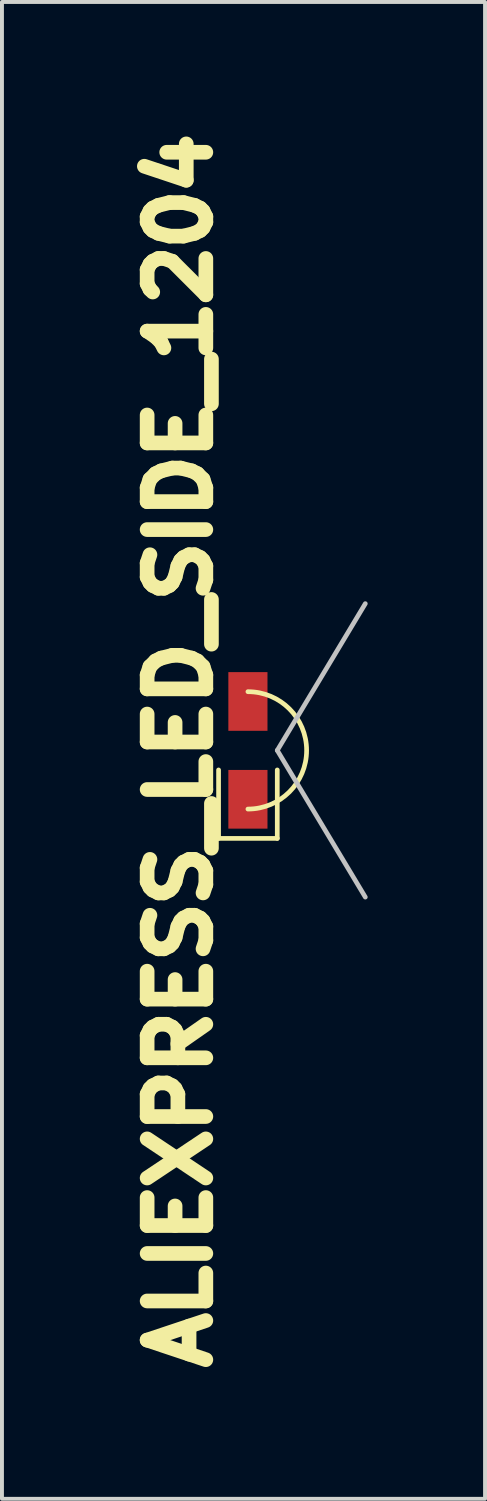
<source format=kicad_pcb>
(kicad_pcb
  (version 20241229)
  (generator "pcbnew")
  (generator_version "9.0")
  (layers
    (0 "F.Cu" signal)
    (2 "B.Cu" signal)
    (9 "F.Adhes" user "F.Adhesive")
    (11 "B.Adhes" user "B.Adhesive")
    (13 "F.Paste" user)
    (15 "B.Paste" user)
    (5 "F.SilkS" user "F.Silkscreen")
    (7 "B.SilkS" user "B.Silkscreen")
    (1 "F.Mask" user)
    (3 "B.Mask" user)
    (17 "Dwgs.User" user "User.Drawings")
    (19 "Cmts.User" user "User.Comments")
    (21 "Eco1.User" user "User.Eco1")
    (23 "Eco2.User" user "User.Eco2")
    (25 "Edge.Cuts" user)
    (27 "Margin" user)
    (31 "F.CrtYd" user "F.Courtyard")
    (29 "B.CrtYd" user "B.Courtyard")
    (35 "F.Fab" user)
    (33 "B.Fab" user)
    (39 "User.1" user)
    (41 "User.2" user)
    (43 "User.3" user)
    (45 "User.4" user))
  (footprint "ALIEXPRESS_LED_SIDE_1204"
    (layer "F.Cu")
    (at 3.286 16.127)
    (property "Reference" "ALIEXPRESS_LED_SIDE_1204" (at -1.75 0 90) (layer "F.SilkS") (effects (font (size 1.5 1.5) (thickness 0.375))))
    (attr through_hole)
    (fp_line (start -0.75 2.25) (end -0.75 0.5) (stroke (width 0.12) (type solid)) (layer "F.SilkS"))
    (fp_line (start -0.75 2.25) (end 0.75 2.25) (stroke (width 0.12) (type solid)) (layer "F.SilkS"))
    (fp_line (start 0.75 0.5) (end 0.75 2.25) (stroke (width 0.12) (type solid)) (layer "F.SilkS"))
    (fp_arc (start 0 -1.5) (mid 1.5 0) (end 0 1.5) (stroke (width 0.12) (type solid)) (layer "F.SilkS"))
    (fp_line (start 3 -3.75) (end 0.75 0) (stroke (width 0.12) (type solid)) (layer "Dwgs.User"))
    (fp_line (start 3 3.75) (end 0.75 0) (stroke (width 0.12) (type solid)) (layer "Dwgs.User"))
    (fp_line (start -1 -2.25) (end -1 2.25) (stroke (width 0.12) (type solid)) (layer "Eco1.User"))
    (fp_line (start -1 2.25) (end 0 2.25) (stroke (width 0.12) (type solid)) (layer "Eco1.User"))
    (fp_line (start 0 -2.25) (end -1 -2.25) (stroke (width 0.12) (type solid)) (layer "Eco1.User"))
    (fp_arc (start 0 -2.25) (mid 2.25 0) (end 0 2.25) (stroke (width 0.12) (type solid)) (layer "Eco1.User"))
    (pad "1" smd rect (at 0 1.25) (size 1 1.5) (layers "F.Cu" "F.Mask" "F.Paste"))
    (pad "2" smd rect (at 0 -1.25) (size 1 1.5) (layers "F.Cu" "F.Mask" "F.Paste")))
  (gr_rect
    (start -3 -3)
    (end 9.346 35.254)
    (stroke (width 0.1) (type default))
    (fill no)
    (layer "Edge.Cuts")))
</source>
